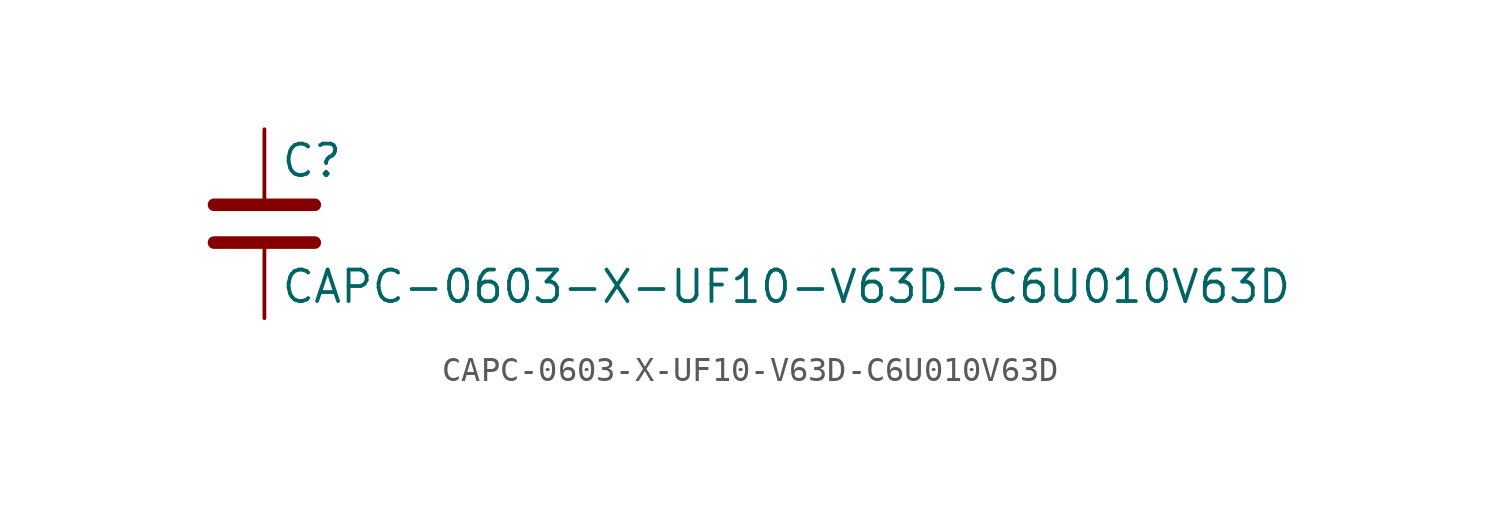
<source format=kicad_sym>
(kicad_symbol_lib
  (version 20211014)
  (generator kicad_symbol_editor)
  (symbol "CAPC-0603-X-UF10-V63D-C6U010V63D"
    (pin_numbers hide)
    (pin_names
      (offset 0.254))
    (property "Reference" "C"
      (at 0.635 2.54 0)
      (effects (font (size 1.27 1.27)) (justify left)))
    (property "Value" "CAPC-0603-X-UF10-V63D-C6U010V63D"
      (at 0.635 -2.54 0)
      (effects (font (size 1.27 1.27)) (justify left)))
    (symbol "CAPC-0603-X-UF10-V63D-C6U010V63D_0_1"
      (polyline (pts (xy -2.032 -0.762) (xy 2.032 -0.762)) (stroke (width 0.508) (type default) (color 0 0 0 0)) (fill (type none)))
      (polyline (pts (xy -2.032 0.762) (xy 2.032 0.762)) (stroke (width 0.508) (type default) (color 0 0 0 0)) (fill (type none))))
    (symbol "CAPC-0603-X-UF10-V63D-C6U010V63D_1_1"
      (pin passive line (at 0 3.81 270) (length 2.794) (name "~" (effects (font (size 1.27 1.27)))) (number "1" (effects (font (size 1.27 1.27)))))
      (pin passive line (at 0 -3.81 90) (length 2.794) (name "~" (effects (font (size 1.27 1.27)))) (number "2" (effects (font (size 1.27 1.27))))))))
</source>
